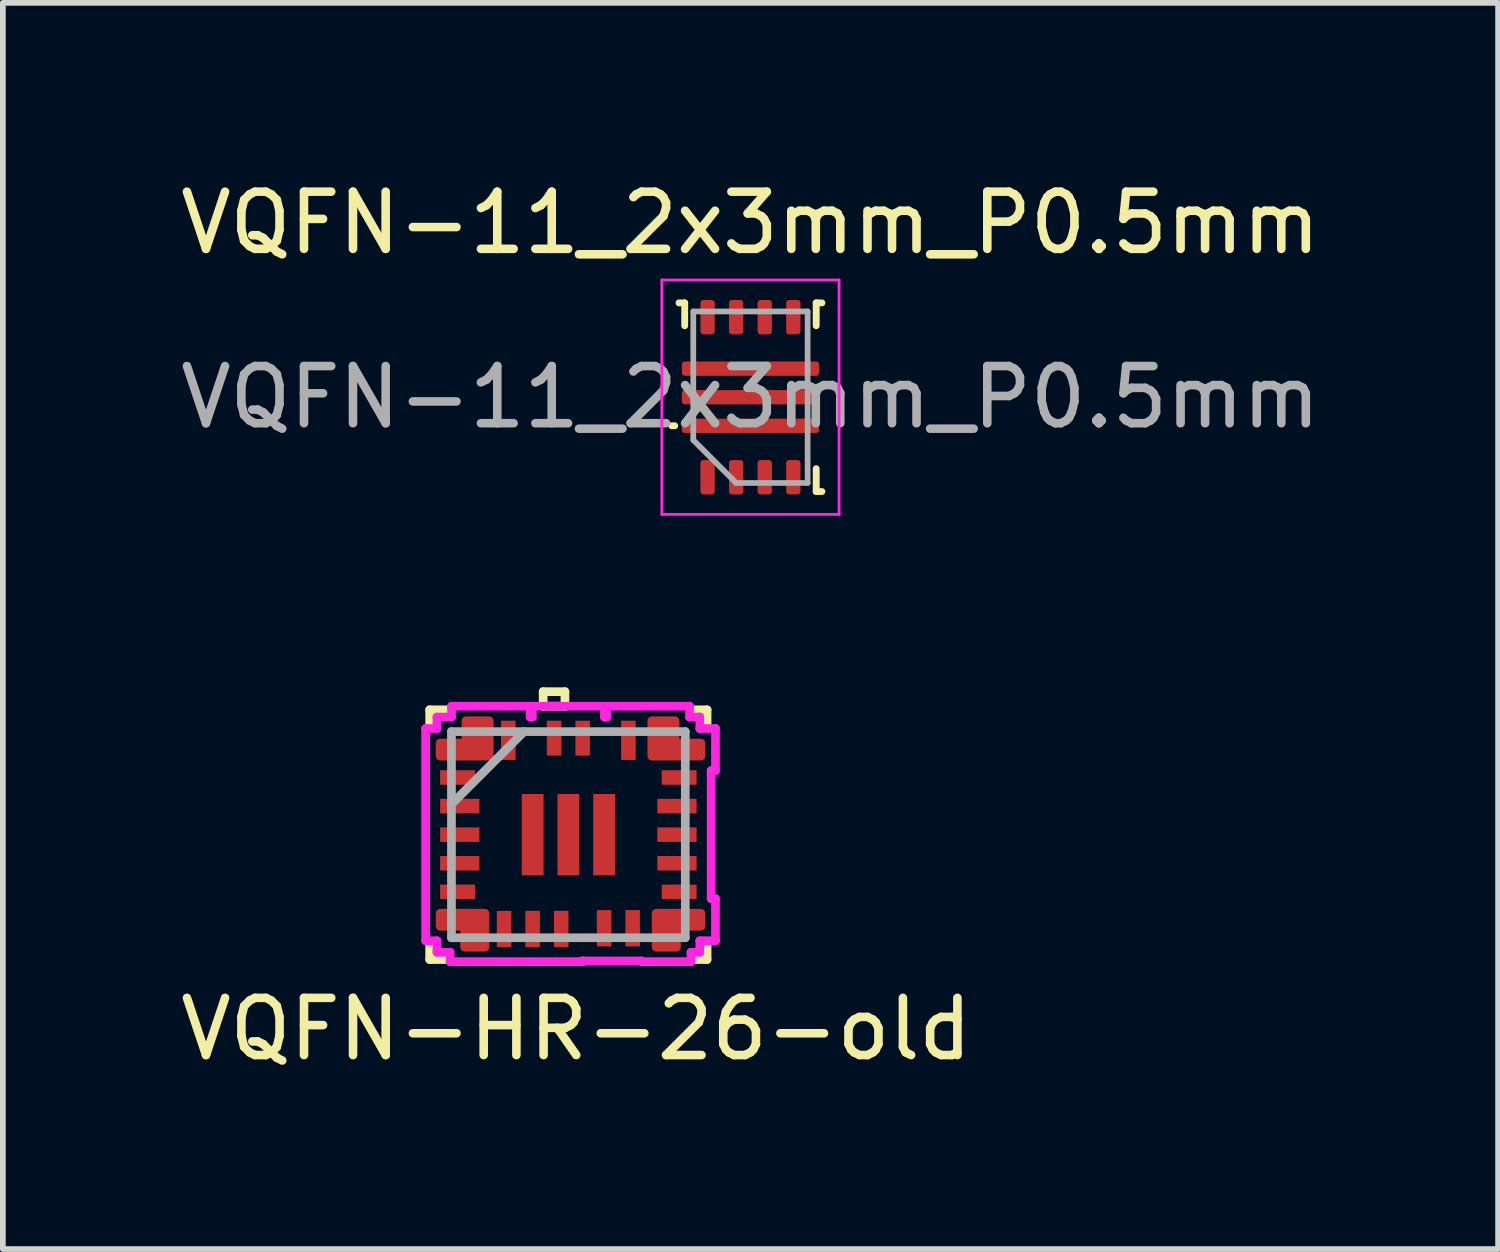
<source format=kicad_pcb>
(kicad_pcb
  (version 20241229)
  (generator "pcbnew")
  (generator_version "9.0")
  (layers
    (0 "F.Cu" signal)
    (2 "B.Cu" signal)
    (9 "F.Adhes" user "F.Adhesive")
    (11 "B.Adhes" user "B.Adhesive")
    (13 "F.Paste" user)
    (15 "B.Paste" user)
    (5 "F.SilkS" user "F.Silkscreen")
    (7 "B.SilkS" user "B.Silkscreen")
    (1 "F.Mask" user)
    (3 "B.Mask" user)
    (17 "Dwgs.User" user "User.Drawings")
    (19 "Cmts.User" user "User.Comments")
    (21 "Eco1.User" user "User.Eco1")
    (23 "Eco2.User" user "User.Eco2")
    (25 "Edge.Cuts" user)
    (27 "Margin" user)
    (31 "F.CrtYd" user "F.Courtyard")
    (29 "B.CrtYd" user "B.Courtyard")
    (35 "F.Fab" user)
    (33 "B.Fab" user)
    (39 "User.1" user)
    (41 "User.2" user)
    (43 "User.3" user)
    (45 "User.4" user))
  (footprint "VQFN-HR-26-old"
    (layer "F.Cu")
    (at 6.93 11.55)
    (property "Reference" "VQFN-HR-26-old" (at 0.1 3.4 0) (layer "F.SilkS") (effects (font (size 1 1) (thickness 0.15))))
    (attr through_hole)
    (fp_line (start -2.464 -2.184) (end -2.464 -1.893) (stroke (width 0.152) (type solid)) (layer "F.SilkS"))
    (fp_line (start -2.464 1.893) (end -2.464 2.184) (stroke (width 0.152) (type solid)) (layer "F.SilkS"))
    (fp_line (start -2.464 2.184) (end -2.105 2.184) (stroke (width 0.152) (type solid)) (layer "F.SilkS"))
    (fp_line (start -2.1 -2.184) (end -2.464 -2.184) (stroke (width 0.152) (type solid)) (layer "F.SilkS"))
    (fp_line (start -0.479 -2.501) (end -0.098 -2.501) (stroke (width 0.152) (type solid)) (layer "F.SilkS"))
    (fp_line (start -0.479 -2.247) (end -0.479 -2.501) (stroke (width 0.152) (type solid)) (layer "F.SilkS"))
    (fp_line (start -0.098 -2.501) (end -0.098 -2.247) (stroke (width 0.152) (type solid)) (layer "F.SilkS"))
    (fp_line (start -0.098 -2.247) (end -0.479 -2.247) (stroke (width 0.152) (type solid)) (layer "F.SilkS"))
    (fp_line (start 2.105 2.184) (end 2.388 2.184) (stroke (width 0.152) (type solid)) (layer "F.SilkS"))
    (fp_line (start 2.388 -2.184) (end 2.1 -2.184) (stroke (width 0.152) (type solid)) (layer "F.SilkS"))
    (fp_line (start 2.388 -1.917) (end 2.388 -2.184) (stroke (width 0.152) (type solid)) (layer "F.SilkS"))
    (fp_line (start 2.388 2.184) (end 2.388 1.917) (stroke (width 0.152) (type solid)) (layer "F.SilkS"))
    (fp_line (start -2.535 -1.856) (end -2.535 1.856) (stroke (width 0.152) (type solid)) (layer "F.CrtYd"))
    (fp_line (start -2.535 1.856) (end -2.337 1.856) (stroke (width 0.152) (type solid)) (layer "F.CrtYd"))
    (fp_line (start -2.337 -2.057) (end -2.337 -1.856) (stroke (width 0.152) (type solid)) (layer "F.CrtYd"))
    (fp_line (start -2.337 -1.856) (end -2.535 -1.856) (stroke (width 0.152) (type solid)) (layer "F.CrtYd"))
    (fp_line (start -2.337 1.856) (end -2.337 2.057) (stroke (width 0.152) (type solid)) (layer "F.CrtYd"))
    (fp_line (start -2.337 2.057) (end -2.107 2.057) (stroke (width 0.152) (type solid)) (layer "F.CrtYd"))
    (fp_line (start -2.107 2.057) (end -2.107 2.221) (stroke (width 0.152) (type solid)) (layer "F.CrtYd"))
    (fp_line (start -2.107 2.221) (end 0.218 2.221) (stroke (width 0.152) (type solid)) (layer "F.CrtYd"))
    (fp_line (start -2.082 -2.247) (end -2.082 -2.057) (stroke (width 0.152) (type solid)) (layer "F.CrtYd"))
    (fp_line (start -2.082 -2.057) (end -2.337 -2.057) (stroke (width 0.152) (type solid)) (layer "F.CrtYd"))
    (fp_line (start -0.707 -2.247) (end -2.082 -2.247) (stroke (width 0.152) (type solid)) (layer "F.CrtYd"))
    (fp_line (start -0.707 -2.057) (end -0.707 -2.247) (stroke (width 0.152) (type solid)) (layer "F.CrtYd"))
    (fp_line (start -0.669 -2.247) (end -0.669 -2.057) (stroke (width 0.152) (type solid)) (layer "F.CrtYd"))
    (fp_line (start -0.669 -2.057) (end -0.707 -2.057) (stroke (width 0.152) (type solid)) (layer "F.CrtYd"))
    (fp_line (start 0.206 2.209) (end 1.243 2.209) (stroke (width 0.152) (type solid)) (layer "F.CrtYd"))
    (fp_line (start 0.218 2.209) (end 0.206 2.209) (stroke (width 0.152) (type solid)) (layer "F.CrtYd"))
    (fp_line (start 0.218 2.221) (end 0.218 2.209) (stroke (width 0.152) (type solid)) (layer "F.CrtYd"))
    (fp_line (start 0.593 -2.247) (end -0.669 -2.247) (stroke (width 0.152) (type solid)) (layer "F.CrtYd"))
    (fp_line (start 0.593 -2.057) (end 0.593 -2.247) (stroke (width 0.152) (type solid)) (layer "F.CrtYd"))
    (fp_line (start 0.631 -2.247) (end 0.631 -2.057) (stroke (width 0.152) (type solid)) (layer "F.CrtYd"))
    (fp_line (start 0.631 -2.057) (end 0.593 -2.057) (stroke (width 0.152) (type solid)) (layer "F.CrtYd"))
    (fp_line (start 1.243 2.209) (end 1.243 2.221) (stroke (width 0.152) (type solid)) (layer "F.CrtYd"))
    (fp_line (start 1.243 2.221) (end 2.107 2.221) (stroke (width 0.152) (type solid)) (layer "F.CrtYd"))
    (fp_line (start 2.082 -2.247) (end 0.631 -2.247) (stroke (width 0.152) (type solid)) (layer "F.CrtYd"))
    (fp_line (start 2.082 -2.057) (end 2.082 -2.247) (stroke (width 0.152) (type solid)) (layer "F.CrtYd"))
    (fp_line (start 2.107 2.057) (end 2.261 2.057) (stroke (width 0.152) (type solid)) (layer "F.CrtYd"))
    (fp_line (start 2.107 2.221) (end 2.107 2.057) (stroke (width 0.152) (type solid)) (layer "F.CrtYd"))
    (fp_line (start 2.261 -2.057) (end 2.082 -2.057) (stroke (width 0.152) (type solid)) (layer "F.CrtYd"))
    (fp_line (start 2.261 -1.856) (end 2.261 -2.057) (stroke (width 0.152) (type solid)) (layer "F.CrtYd"))
    (fp_line (start 2.261 1.856) (end 2.535 1.856) (stroke (width 0.152) (type solid)) (layer "F.CrtYd"))
    (fp_line (start 2.261 2.057) (end 2.261 1.856) (stroke (width 0.152) (type solid)) (layer "F.CrtYd"))
    (fp_line (start 2.459 -1.119) (end 2.535 -1.119) (stroke (width 0.152) (type solid)) (layer "F.CrtYd"))
    (fp_line (start 2.459 1.119) (end 2.459 -1.119) (stroke (width 0.152) (type solid)) (layer "F.CrtYd"))
    (fp_line (start 2.535 -1.856) (end 2.261 -1.856) (stroke (width 0.152) (type solid)) (layer "F.CrtYd"))
    (fp_line (start 2.535 -1.119) (end 2.535 -1.856) (stroke (width 0.152) (type solid)) (layer "F.CrtYd"))
    (fp_line (start 2.535 1.119) (end 2.459 1.119) (stroke (width 0.152) (type solid)) (layer "F.CrtYd"))
    (fp_line (start 2.535 1.856) (end 2.535 1.119) (stroke (width 0.152) (type solid)) (layer "F.CrtYd"))
    (fp_line (start -2.083 -1.803) (end -2.083 1.803) (stroke (width 0.152) (type solid)) (layer "F.Fab"))
    (fp_line (start -2.083 -0.533) (end -0.813 -1.803) (stroke (width 0.152) (type solid)) (layer "F.Fab"))
    (fp_line (start -2.083 1.803) (end 2.007 1.803) (stroke (width 0.152) (type solid)) (layer "F.Fab"))
    (fp_line (start 2.007 -1.803) (end -2.083 -1.803) (stroke (width 0.152) (type solid)) (layer "F.Fab"))
    (fp_line (start 2.007 1.803) (end 2.007 -1.803) (stroke (width 0.152) (type solid)) (layer "F.Fab"))
    (pad "1" smd custom (at -1.625 -1.488) (size 0.406 0.229) (layers "F.Cu" "F.Mask" "F.Paste") (options (anchor rect)) (primitives (gr_poly (pts (xy 0.177 -0.461) (xy 0.215 0.096) (xy -0.646 0.096) (xy -0.61 -0.09) (xy -0.255 -0.075) (xy -0.148 -0.476)) (width 0.1) (fill yes)) (gr_line (start -0.656 -0.114) (end -0.203 -0.114) (width 0.152)) (gr_line (start 0.203 0.114) (end -0.656 0.114) (width 0.152)) (gr_line (start -0.656 0.114) (end -0.656 -0.114) (width 0.152)) (gr_line (start -0.203 -0.505) (end 0.203 -0.505) (width 0.152)) (gr_line (start -0.203 -0.114) (end -0.203 -0.505) (width 0.152)) (gr_line (start 0.203 -0.505) (end 0.203 0.114) (width 0.152)) (gr_line (start -0.656 0.114) (end -0.656 -0.114) (width 0.152)) (gr_line (start -0.203 -0.505) (end 0.203 -0.505) (width 0.152)) (gr_line (start -0.656 -0.114) (end -0.203 -0.114) (width 0.152)) (gr_line (start -0.203 -0.114) (end -0.203 -0.505) (width 0.152)) (gr_line (start -0.656 0.114) (end -0.656 -0.114) (width 0.152)) (gr_line (start -0.656 -0.114) (end -0.203 -0.114) (width 0.152)) (gr_line (start 0.203 -0.505) (end 0.203 0.114) (width 0.152)) (gr_line (start -0.203 -0.114) (end -0.203 -0.505) (width 0.152)) (gr_line (start 0.203 -0.505) (end 0.203 0.114) (width 0.152)) (gr_line (start 0.203 0.114) (end -0.656 0.114) (width 0.152)) (gr_line (start 0.203 0.114) (end -0.656 0.114) (width 0.152)) (gr_line (start -0.203 -0.505) (end 0.203 -0.505) (width 0.152))))
    (pad "2" smd rect (at -1.976 -1 90) (size 0.254 0.61) (layers "F.Cu" "F.Mask" "F.Paste"))
    (pad "3" smd rect (at -1.938 -0.5 90) (size 0.254 0.686) (layers "F.Cu" "F.Mask" "F.Paste"))
    (pad "4" smd rect (at -1.938 0 90) (size 0.254 0.686) (layers "F.Cu" "F.Mask" "F.Paste"))
    (pad "5" smd rect (at -1.938 0.5 90) (size 0.254 0.686) (layers "F.Cu" "F.Mask" "F.Paste"))
    (pad "6" smd rect (at -1.976 1 90) (size 0.254 0.61) (layers "F.Cu" "F.Mask" "F.Paste"))
    (pad "7" smd custom (at -1.675 1.488) (size 0.356 0.229) (layers "F.Cu" "F.Mask" "F.Paste") (options (anchor rect)) (primitives (gr_line (start 0.178 -0.114) (end 0.178 0.48) (width 0.152)) (gr_line (start 0.178 0.48) (end -0.178 0.48) (width 0.152)) (gr_line (start -0.606 -0.114) (end 0.178 -0.114) (width 0.152)) (gr_line (start -0.178 0.48) (end -0.178 0.114) (width 0.152)) (gr_line (start -0.178 0.48) (end -0.178 0.114) (width 0.152)) (gr_line (start -0.178 0.114) (end -0.606 0.114) (width 0.152)) (gr_line (start -0.606 0.114) (end -0.606 -0.114) (width 0.152)) (gr_line (start -0.606 -0.114) (end 0.178 -0.114) (width 0.152)) (gr_line (start 0.178 0.48) (end -0.178 0.48) (width 0.152)) (gr_line (start -0.178 0.114) (end -0.606 0.114) (width 0.152)) (gr_line (start -0.178 0.114) (end -0.606 0.114) (width 0.152)) (gr_line (start -0.178 0.48) (end -0.178 0.114) (width 0.152)) (gr_line (start -0.606 0.114) (end -0.606 -0.114) (width 0.152)) (gr_line (start -0.606 0.114) (end -0.606 -0.114) (width 0.152)) (gr_line (start -0.606 -0.114) (end 0.178 -0.114) (width 0.152)) (gr_line (start 0.178 0.48) (end -0.178 0.48) (width 0.152)) (gr_line (start 0.178 -0.114) (end 0.178 0.48) (width 0.152)) (gr_line (start 0.178 -0.114) (end 0.178 0.48) (width 0.152)) (gr_poly (pts (xy 0.154 0.466) (xy -0.159 0.461) (xy -0.182 0.118) (xy -0.583 0.072) (xy -0.581 0.072) (xy -0.57 -0.106) (xy 0.156 -0.124)) (width 0.1) (fill yes))))
    (pad "8" smd rect (at -1.163 1.65) (size 0.254 0.635) (layers "F.Cu" "F.Mask" "F.Paste"))
    (pad "9" smd rect (at -0.663 1.65) (size 0.254 0.635) (layers "F.Cu" "F.Mask" "F.Paste"))
    (pad "10" smd rect (at -0.163 1.65) (size 0.254 0.635) (layers "F.Cu" "F.Mask" "F.Paste"))
    (pad "11" smd rect (at 0.587 1.637) (size 0.254 0.635) (layers "F.Cu" "F.Mask" "F.Paste"))
    (pad "12" smd rect (at 1.087 1.637) (size 0.254 0.635) (layers "F.Cu" "F.Mask" "F.Paste"))
    (pad "13" smd custom (at 1.675 1.488) (size 0.356 0.229) (layers "F.Cu" "F.Mask" "F.Paste") (options (anchor rect)) (primitives (gr_poly (pts (xy 0.525 0.113) (xy 0.125 0.113) (xy 0.125 0.412) (xy -0.175 0.412) (xy -0.175 -0.087) (xy 0.525 -0.087)) (width 0.1) (fill yes)) (gr_line (start -0.178 -0.114) (end -0.178 0.48) (width 0.152)) (gr_line (start -0.178 0.48) (end 0.178 0.48) (width 0.152)) (gr_line (start 0.178 0.48) (end 0.178 0.114) (width 0.152)) (gr_line (start 0.606 -0.114) (end -0.178 -0.114) (width 0.152)) (gr_line (start 0.178 0.48) (end 0.178 0.114) (width 0.152)) (gr_line (start 0.178 0.114) (end 0.606 0.114) (width 0.152)) (gr_line (start -0.178 -0.114) (end -0.178 0.48) (width 0.152)) (gr_line (start 0.178 0.114) (end 0.606 0.114) (width 0.152)) (gr_line (start 0.606 -0.114) (end -0.178 -0.114) (width 0.152)) (gr_line (start -0.178 -0.114) (end -0.178 0.48) (width 0.152)) (gr_line (start -0.178 0.48) (end 0.178 0.48) (width 0.152)) (gr_line (start -0.178 0.48) (end 0.178 0.48) (width 0.152)) (gr_line (start 0.178 0.48) (end 0.178 0.114) (width 0.152)) (gr_line (start 0.606 0.114) (end 0.606 -0.114) (width 0.152)) (gr_line (start 0.178 0.114) (end 0.606 0.114) (width 0.152)) (gr_line (start 0.606 0.114) (end 0.606 -0.114) (width 0.152)) (gr_line (start 0.606 0.114) (end 0.606 -0.114) (width 0.152)) (gr_line (start 0.606 -0.114) (end -0.178 -0.114) (width 0.152))))
    (pad "14" smd rect (at 1.9 1 90) (size 0.254 0.61) (layers "F.Cu" "F.Mask" "F.Paste"))
    (pad "15" smd rect (at 1.862 0.5 90) (size 0.254 0.686) (layers "F.Cu" "F.Mask" "F.Paste"))
    (pad "16" smd rect (at 1.862 0 90) (size 0.254 0.686) (layers "F.Cu" "F.Mask" "F.Paste"))
    (pad "17" smd rect (at 1.862 -0.5 90) (size 0.254 0.686) (layers "F.Cu" "F.Mask" "F.Paste"))
    (pad "18" smd rect (at 1.9 -1 90) (size 0.254 0.61) (layers "F.Cu" "F.Mask" "F.Paste"))
    (pad "19" smd custom (at 1.625 -1.488) (size 0.406 0.229) (layers "F.Cu" "F.Mask" "F.Paste") (options (anchor rect)) (primitives (gr_line (start -0.203 -0.505) (end -0.203 0.114) (width 0.152)) (gr_line (start 0.203 -0.505) (end -0.203 -0.505) (width 0.152)) (gr_line (start -0.203 -0.505) (end -0.203 0.114) (width 0.152)) (gr_line (start 0.203 -0.114) (end 0.203 -0.505) (width 0.152)) (gr_line (start 0.656 -0.114) (end 0.203 -0.114) (width 0.152)) (gr_line (start 0.203 -0.114) (end 0.203 -0.505) (width 0.152)) (gr_line (start 0.656 0.114) (end 0.656 -0.114) (width 0.152)) (gr_line (start 0.656 0.114) (end 0.656 -0.114) (width 0.152)) (gr_line (start -0.203 0.114) (end 0.656 0.114) (width 0.152)) (gr_line (start 0.656 0.114) (end 0.656 -0.114) (width 0.152)) (gr_line (start 0.656 -0.114) (end 0.203 -0.114) (width 0.152)) (gr_line (start -0.203 0.114) (end 0.656 0.114) (width 0.152)) (gr_line (start 0.203 -0.114) (end 0.203 -0.505) (width 0.152)) (gr_line (start -0.203 0.114) (end 0.656 0.114) (width 0.152)) (gr_line (start -0.203 -0.505) (end -0.203 0.114) (width 0.152)) (gr_line (start 0.203 -0.505) (end -0.203 -0.505) (width 0.152)) (gr_line (start 0.656 -0.114) (end 0.203 -0.114) (width 0.152)) (gr_line (start 0.203 -0.505) (end -0.203 -0.505) (width 0.152)) (gr_poly (pts (xy 0.166 -0.486) (xy 0.227 -0.113) (xy 0.651 -0.087) (xy 0.638 0.116) (xy -0.185 0.118) (xy -0.185 -0.514)) (width 0.1) (fill yes))))
    (pad "20" smd rect (at 1.012 -1.65) (size 0.254 0.686) (layers "F.Cu" "F.Mask" "F.Paste"))
    (pad "21" smd rect (at 0.212 -1.688) (size 0.254 0.61) (layers "F.Cu" "F.Mask" "F.Paste"))
    (pad "22" smd rect (at -0.288 -1.688) (size 0.254 0.61) (layers "F.Cu" "F.Mask" "F.Paste"))
    (pad "23" smd rect (at -1.088 -1.65) (size 0.254 0.686) (layers "F.Cu" "F.Mask" "F.Paste"))
    (pad "24" smd rect (at -0.663 0) (size 0.381 1.422) (layers "F.Cu" "F.Mask" "F.Paste"))
    (pad "25" smd rect (at -0.038 0) (size 0.381 1.422) (layers "F.Cu" "F.Mask" "F.Paste"))
    (pad "26" smd rect (at 0.587 0) (size 0.381 1.422) (layers "F.Cu" "F.Mask" "F.Paste")))
  (footprint "VQFN-11_2x3mm_P0.5mm"
    (layer "F.Cu")
    (at 10.077 3.898)
    (property "Reference" "VQFN-11_2x3mm_P0.5mm" (at 0 -3.05 0) (layer "F.SilkS") (effects (font (size 1 1) (thickness 0.15))))
    (attr smd)
    (fp_line (start -1.325 0.5) (end -1.375 0.5) (stroke (width 0.12) (type solid)) (layer "F.SilkS"))
    (fp_line (start -1.25 -1.65) (end -1.15 -1.65) (stroke (width 0.12) (type solid)) (layer "F.SilkS"))
    (fp_line (start -1.15 -1.65) (end -1.15 -1.25) (stroke (width 0.12) (type solid)) (layer "F.SilkS"))
    (fp_line (start 1.15 -1.65) (end 1.15 -1.25) (stroke (width 0.12) (type solid)) (layer "F.SilkS"))
    (fp_line (start 1.15 1.65) (end 1.15 1.25) (stroke (width 0.12) (type solid)) (layer "F.SilkS"))
    (fp_line (start 1.25 -1.65) (end 1.15 -1.65) (stroke (width 0.12) (type solid)) (layer "F.SilkS"))
    (fp_line (start 1.25 1.65) (end 1.15 1.65) (stroke (width 0.12) (type solid)) (layer "F.SilkS"))
    (fp_line (start -1.55 -2.05) (end -1.55 2.05) (stroke (width 0.05) (type solid)) (layer "F.CrtYd"))
    (fp_line (start -1.55 2.05) (end 1.55 2.05) (stroke (width 0.05) (type solid)) (layer "F.CrtYd"))
    (fp_line (start 1.55 -2.05) (end -1.55 -2.05) (stroke (width 0.05) (type solid)) (layer "F.CrtYd"))
    (fp_line (start 1.55 2.05) (end 1.55 -2.05) (stroke (width 0.05) (type solid)) (layer "F.CrtYd"))
    (fp_line (start -1 -1.5) (end 1 -1.5) (stroke (width 0.1) (type solid)) (layer "F.Fab"))
    (fp_line (start -1 0.75) (end -1 -1.5) (stroke (width 0.1) (type solid)) (layer "F.Fab"))
    (fp_line (start -1 0.75) (end -0.25 1.5) (stroke (width 0.1) (type solid)) (layer "F.Fab"))
    (fp_line (start 1 -1.5) (end 1 1.5) (stroke (width 0.1) (type solid)) (layer "F.Fab"))
    (fp_line (start 1 1.5) (end -0.25 1.5) (stroke (width 0.1) (type solid)) (layer "F.Fab"))
    (fp_text user "${REFERENCE}" (at 0 0 0) (layer "F.Fab") (effects (font (size 1 1) (thickness 0.15))))
    (pad "1" smd roundrect (at 0 0.5 90) (size 0.25 2.4) (layers "F.Cu" "F.Mask" "F.Paste") (roundrect_rratio 0.2))
    (pad "2" smd roundrect (at 0 0 90) (size 0.25 2.4) (layers "F.Cu" "F.Mask" "F.Paste") (roundrect_rratio 0.2))
    (pad "3" smd roundrect (at 0 -0.5 90) (size 0.25 2.4) (layers "F.Cu" "F.Mask" "F.Paste") (roundrect_rratio 0.2))
    (pad "4" smd roundrect (at -0.75 -1.4 180) (size 0.25 0.6) (layers "F.Cu" "F.Mask" "F.Paste") (roundrect_rratio 0.2))
    (pad "5" smd roundrect (at -0.25 -1.4 180) (size 0.25 0.6) (layers "F.Cu" "F.Mask" "F.Paste") (roundrect_rratio 0.2))
    (pad "6" smd roundrect (at 0.25 -1.4 180) (size 0.25 0.6) (layers "F.Cu" "F.Mask" "F.Paste") (roundrect_rratio 0.2))
    (pad "7" smd roundrect (at 0.75 -1.4 180) (size 0.25 0.6) (layers "F.Cu" "F.Mask" "F.Paste") (roundrect_rratio 0.2))
    (pad "8" smd roundrect (at 0.75 1.4 180) (size 0.25 0.6) (layers "F.Cu" "F.Mask" "F.Paste") (roundrect_rratio 0.2))
    (pad "9" smd roundrect (at 0.25 1.4 180) (size 0.25 0.6) (layers "F.Cu" "F.Mask" "F.Paste") (roundrect_rratio 0.2))
    (pad "10" smd roundrect (at -0.25 1.4 180) (size 0.25 0.6) (layers "F.Cu" "F.Mask" "F.Paste") (roundrect_rratio 0.2))
    (pad "11" smd roundrect (at -0.75 1.4 180) (size 0.25 0.6) (layers "F.Cu" "F.Mask" "F.Paste") (roundrect_rratio 0.2)))
  (gr_rect
    (start -3 -3)
    (end 23.155 18.799)
    (stroke (width 0.1) (type default))
    (fill no)
    (layer "Edge.Cuts")))
</source>
